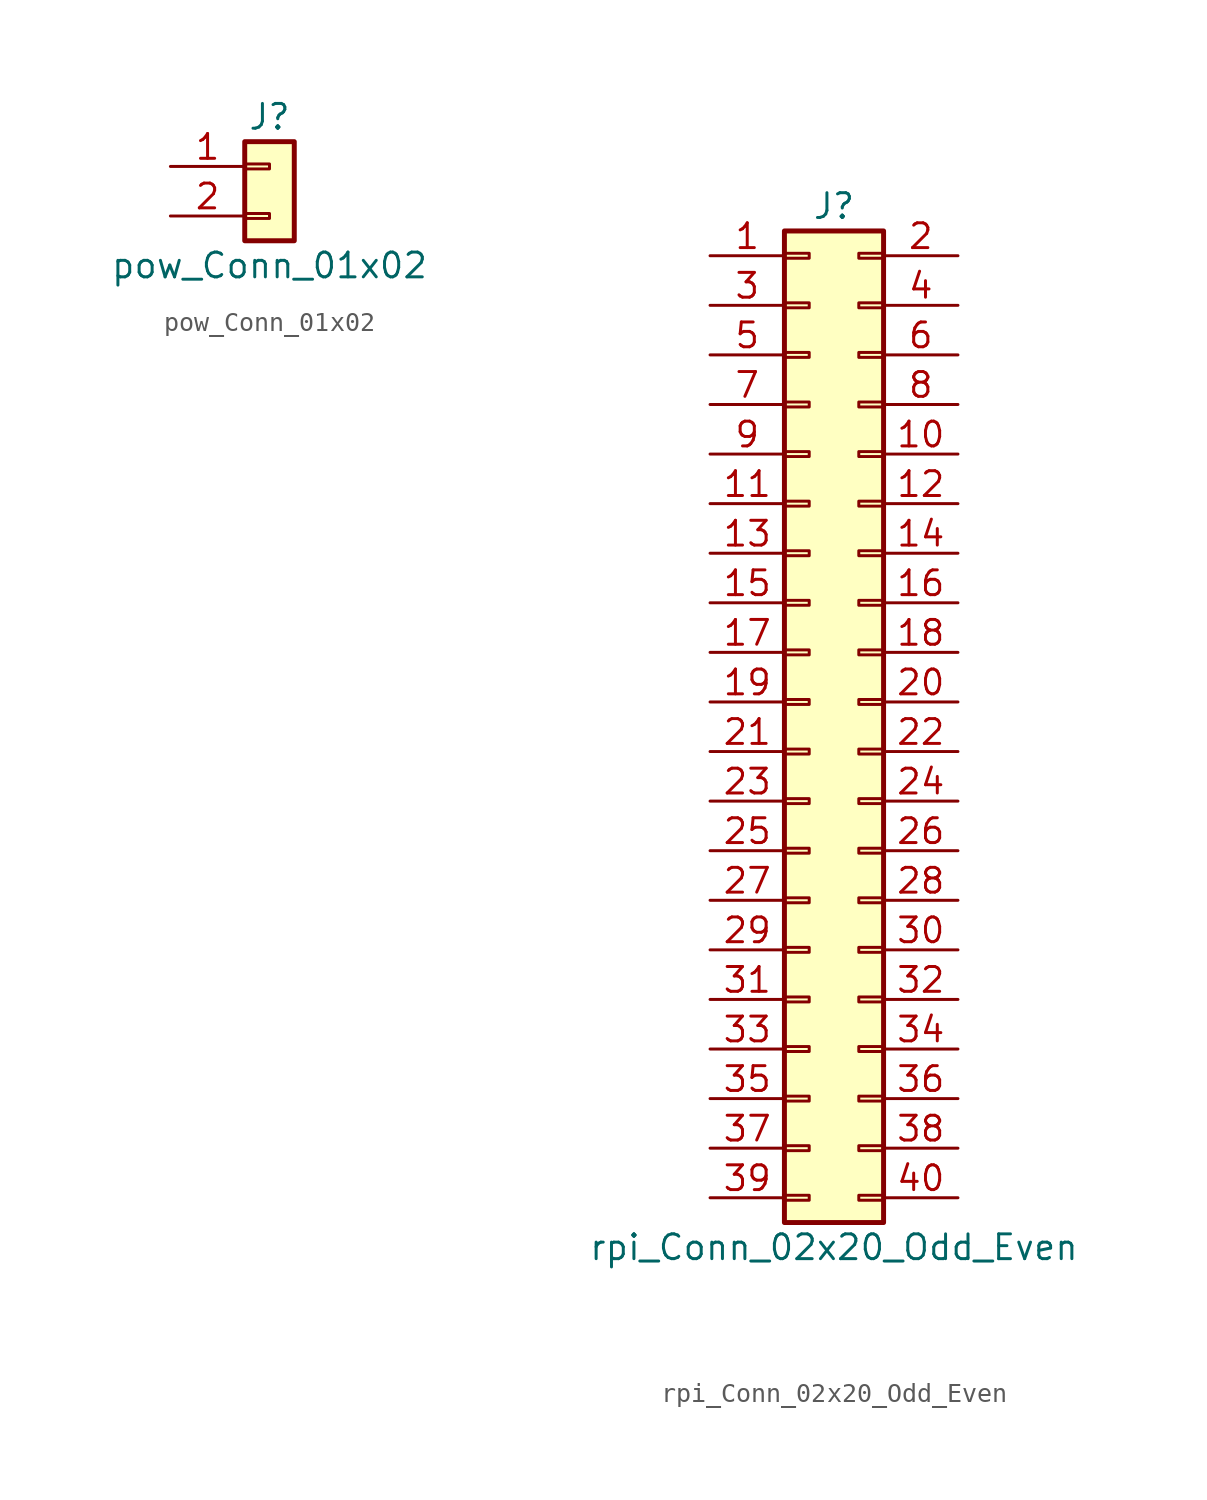
<source format=kicad_sym>
(kicad_symbol_lib
  (version 20231120)
  (generator "kicad_symbol_editor")
  (generator_version "8.0")
  (symbol "pow_Conn_01x02"
    (pin_names
      (offset 1.016) hide)
    (property "Reference" "J"
      (at 0 2.54 0)
      (effects (font (size 1.27 1.27))))
    (property "Value" "pow_Conn_01x02"
      (at 0 -5.08 0)
      (effects (font (size 1.27 1.27))))
    (symbol "pow_Conn_01x02_1_1"
      (rectangle (start -1.27 -2.413) (end 0 -2.667) (stroke (width 0.152) (type default)) (fill (type none)))
      (rectangle (start -1.27 0.127) (end 0 -0.127) (stroke (width 0.152) (type default)) (fill (type none)))
      (rectangle (start -1.27 1.27) (end 1.27 -3.81) (stroke (width 0.254) (type default)) (fill (type background)))
      (pin power_out line (at -5.08 0 0) (length 3.81) (name "Pin_1" (effects (font (size 1.27 1.27)))) (number "1" (effects (font (size 1.27 1.27)))))
      (pin power_out line (at -5.08 -2.54 0) (length 3.81) (name "Pin_2" (effects (font (size 1.27 1.27)))) (number "2" (effects (font (size 1.27 1.27)))))))
  (symbol "rpi_Conn_02x20_Odd_Even"
    (pin_names
      (offset 1.016) hide)
    (property "Reference" "J"
      (at 1.27 25.4 0)
      (effects (font (size 1.27 1.27))))
    (property "Value" "rpi_Conn_02x20_Odd_Even"
      (at 1.27 -27.94 0)
      (effects (font (size 1.27 1.27))))
    (symbol "rpi_Conn_02x20_Odd_Even_1_1"
      (rectangle (start -1.27 -25.273) (end 0 -25.527) (stroke (width 0.152) (type default)) (fill (type none)))
      (rectangle (start -1.27 -22.733) (end 0 -22.987) (stroke (width 0.152) (type default)) (fill (type none)))
      (rectangle (start -1.27 -20.193) (end 0 -20.447) (stroke (width 0.152) (type default)) (fill (type none)))
      (rectangle (start -1.27 -17.653) (end 0 -17.907) (stroke (width 0.152) (type default)) (fill (type none)))
      (rectangle (start -1.27 -15.113) (end 0 -15.367) (stroke (width 0.152) (type default)) (fill (type none)))
      (rectangle (start -1.27 -12.573) (end 0 -12.827) (stroke (width 0.152) (type default)) (fill (type none)))
      (rectangle (start -1.27 -10.033) (end 0 -10.287) (stroke (width 0.152) (type default)) (fill (type none)))
      (rectangle (start -1.27 -7.493) (end 0 -7.747) (stroke (width 0.152) (type default)) (fill (type none)))
      (rectangle (start -1.27 -4.953) (end 0 -5.207) (stroke (width 0.152) (type default)) (fill (type none)))
      (rectangle (start -1.27 -2.413) (end 0 -2.667) (stroke (width 0.152) (type default)) (fill (type none)))
      (rectangle (start -1.27 0.127) (end 0 -0.127) (stroke (width 0.152) (type default)) (fill (type none)))
      (rectangle (start -1.27 2.667) (end 0 2.413) (stroke (width 0.152) (type default)) (fill (type none)))
      (rectangle (start -1.27 5.207) (end 0 4.953) (stroke (width 0.152) (type default)) (fill (type none)))
      (rectangle (start -1.27 7.747) (end 0 7.493) (stroke (width 0.152) (type default)) (fill (type none)))
      (rectangle (start -1.27 10.287) (end 0 10.033) (stroke (width 0.152) (type default)) (fill (type none)))
      (rectangle (start -1.27 12.827) (end 0 12.573) (stroke (width 0.152) (type default)) (fill (type none)))
      (rectangle (start -1.27 15.367) (end 0 15.113) (stroke (width 0.152) (type default)) (fill (type none)))
      (rectangle (start -1.27 17.907) (end 0 17.653) (stroke (width 0.152) (type default)) (fill (type none)))
      (rectangle (start -1.27 20.447) (end 0 20.193) (stroke (width 0.152) (type default)) (fill (type none)))
      (rectangle (start -1.27 22.987) (end 0 22.733) (stroke (width 0.152) (type default)) (fill (type none)))
      (rectangle (start -1.27 24.13) (end 3.81 -26.67) (stroke (width 0.254) (type default)) (fill (type background)))
      (rectangle (start 3.81 -25.273) (end 2.54 -25.527) (stroke (width 0.152) (type default)) (fill (type none)))
      (rectangle (start 3.81 -22.733) (end 2.54 -22.987) (stroke (width 0.152) (type default)) (fill (type none)))
      (rectangle (start 3.81 -20.193) (end 2.54 -20.447) (stroke (width 0.152) (type default)) (fill (type none)))
      (rectangle (start 3.81 -17.653) (end 2.54 -17.907) (stroke (width 0.152) (type default)) (fill (type none)))
      (rectangle (start 3.81 -15.113) (end 2.54 -15.367) (stroke (width 0.152) (type default)) (fill (type none)))
      (rectangle (start 3.81 -12.573) (end 2.54 -12.827) (stroke (width 0.152) (type default)) (fill (type none)))
      (rectangle (start 3.81 -10.033) (end 2.54 -10.287) (stroke (width 0.152) (type default)) (fill (type none)))
      (rectangle (start 3.81 -7.493) (end 2.54 -7.747) (stroke (width 0.152) (type default)) (fill (type none)))
      (rectangle (start 3.81 -4.953) (end 2.54 -5.207) (stroke (width 0.152) (type default)) (fill (type none)))
      (rectangle (start 3.81 -2.413) (end 2.54 -2.667) (stroke (width 0.152) (type default)) (fill (type none)))
      (rectangle (start 3.81 0.127) (end 2.54 -0.127) (stroke (width 0.152) (type default)) (fill (type none)))
      (rectangle (start 3.81 2.667) (end 2.54 2.413) (stroke (width 0.152) (type default)) (fill (type none)))
      (rectangle (start 3.81 5.207) (end 2.54 4.953) (stroke (width 0.152) (type default)) (fill (type none)))
      (rectangle (start 3.81 7.747) (end 2.54 7.493) (stroke (width 0.152) (type default)) (fill (type none)))
      (rectangle (start 3.81 10.287) (end 2.54 10.033) (stroke (width 0.152) (type default)) (fill (type none)))
      (rectangle (start 3.81 12.827) (end 2.54 12.573) (stroke (width 0.152) (type default)) (fill (type none)))
      (rectangle (start 3.81 15.367) (end 2.54 15.113) (stroke (width 0.152) (type default)) (fill (type none)))
      (rectangle (start 3.81 17.907) (end 2.54 17.653) (stroke (width 0.152) (type default)) (fill (type none)))
      (rectangle (start 3.81 20.447) (end 2.54 20.193) (stroke (width 0.152) (type default)) (fill (type none)))
      (rectangle (start 3.81 22.987) (end 2.54 22.733) (stroke (width 0.152) (type default)) (fill (type none)))
      (pin passive line (at -5.08 22.86 0) (length 3.81) (name "Pin_1" (effects (font (size 1.27 1.27)))) (number "1" (effects (font (size 1.27 1.27)))))
      (pin passive line (at 7.62 12.7 180) (length 3.81) (name "Pin_10" (effects (font (size 1.27 1.27)))) (number "10" (effects (font (size 1.27 1.27)))))
      (pin passive line (at -5.08 10.16 0) (length 3.81) (name "Pin_11" (effects (font (size 1.27 1.27)))) (number "11" (effects (font (size 1.27 1.27)))))
      (pin passive line (at 7.62 10.16 180) (length 3.81) (name "Pin_12" (effects (font (size 1.27 1.27)))) (number "12" (effects (font (size 1.27 1.27)))))
      (pin passive line (at -5.08 7.62 0) (length 3.81) (name "Pin_13" (effects (font (size 1.27 1.27)))) (number "13" (effects (font (size 1.27 1.27)))))
      (pin passive line (at 7.62 7.62 180) (length 3.81) (name "Pin_14" (effects (font (size 1.27 1.27)))) (number "14" (effects (font (size 1.27 1.27)))))
      (pin passive line (at -5.08 5.08 0) (length 3.81) (name "Pin_15" (effects (font (size 1.27 1.27)))) (number "15" (effects (font (size 1.27 1.27)))))
      (pin passive line (at 7.62 5.08 180) (length 3.81) (name "Pin_16" (effects (font (size 1.27 1.27)))) (number "16" (effects (font (size 1.27 1.27)))))
      (pin passive line (at -5.08 2.54 0) (length 3.81) (name "Pin_17" (effects (font (size 1.27 1.27)))) (number "17" (effects (font (size 1.27 1.27)))))
      (pin passive line (at 7.62 2.54 180) (length 3.81) (name "Pin_18" (effects (font (size 1.27 1.27)))) (number "18" (effects (font (size 1.27 1.27)))))
      (pin passive line (at -5.08 0 0) (length 3.81) (name "Pin_19" (effects (font (size 1.27 1.27)))) (number "19" (effects (font (size 1.27 1.27)))))
      (pin passive line (at 7.62 22.86 180) (length 3.81) (name "Pin_2" (effects (font (size 1.27 1.27)))) (number "2" (effects (font (size 1.27 1.27)))))
      (pin passive line (at 7.62 0 180) (length 3.81) (name "Pin_20" (effects (font (size 1.27 1.27)))) (number "20" (effects (font (size 1.27 1.27)))))
      (pin passive line (at -5.08 -2.54 0) (length 3.81) (name "Pin_21" (effects (font (size 1.27 1.27)))) (number "21" (effects (font (size 1.27 1.27)))))
      (pin passive line (at 7.62 -2.54 180) (length 3.81) (name "Pin_22" (effects (font (size 1.27 1.27)))) (number "22" (effects (font (size 1.27 1.27)))))
      (pin passive line (at -5.08 -5.08 0) (length 3.81) (name "Pin_23" (effects (font (size 1.27 1.27)))) (number "23" (effects (font (size 1.27 1.27)))))
      (pin passive line (at 7.62 -5.08 180) (length 3.81) (name "Pin_24" (effects (font (size 1.27 1.27)))) (number "24" (effects (font (size 1.27 1.27)))))
      (pin passive line (at -5.08 -7.62 0) (length 3.81) (name "Pin_25" (effects (font (size 1.27 1.27)))) (number "25" (effects (font (size 1.27 1.27)))))
      (pin passive line (at 7.62 -7.62 180) (length 3.81) (name "Pin_26" (effects (font (size 1.27 1.27)))) (number "26" (effects (font (size 1.27 1.27)))))
      (pin passive line (at -5.08 -10.16 0) (length 3.81) (name "Pin_27" (effects (font (size 1.27 1.27)))) (number "27" (effects (font (size 1.27 1.27)))))
      (pin passive line (at 7.62 -10.16 180) (length 3.81) (name "Pin_28" (effects (font (size 1.27 1.27)))) (number "28" (effects (font (size 1.27 1.27)))))
      (pin passive line (at -5.08 -12.7 0) (length 3.81) (name "Pin_29" (effects (font (size 1.27 1.27)))) (number "29" (effects (font (size 1.27 1.27)))))
      (pin passive line (at -5.08 20.32 0) (length 3.81) (name "Pin_3" (effects (font (size 1.27 1.27)))) (number "3" (effects (font (size 1.27 1.27)))))
      (pin passive line (at 7.62 -12.7 180) (length 3.81) (name "Pin_30" (effects (font (size 1.27 1.27)))) (number "30" (effects (font (size 1.27 1.27)))))
      (pin passive line (at -5.08 -15.24 0) (length 3.81) (name "Pin_31" (effects (font (size 1.27 1.27)))) (number "31" (effects (font (size 1.27 1.27)))))
      (pin passive line (at 7.62 -15.24 180) (length 3.81) (name "Pin_32" (effects (font (size 1.27 1.27)))) (number "32" (effects (font (size 1.27 1.27)))))
      (pin passive line (at -5.08 -17.78 0) (length 3.81) (name "Pin_33" (effects (font (size 1.27 1.27)))) (number "33" (effects (font (size 1.27 1.27)))))
      (pin passive line (at 7.62 -17.78 180) (length 3.81) (name "Pin_34" (effects (font (size 1.27 1.27)))) (number "34" (effects (font (size 1.27 1.27)))))
      (pin passive line (at -5.08 -20.32 0) (length 3.81) (name "Pin_35" (effects (font (size 1.27 1.27)))) (number "35" (effects (font (size 1.27 1.27)))))
      (pin passive line (at 7.62 -20.32 180) (length 3.81) (name "Pin_36" (effects (font (size 1.27 1.27)))) (number "36" (effects (font (size 1.27 1.27)))))
      (pin passive line (at -5.08 -22.86 0) (length 3.81) (name "Pin_37" (effects (font (size 1.27 1.27)))) (number "37" (effects (font (size 1.27 1.27)))))
      (pin passive line (at 7.62 -22.86 180) (length 3.81) (name "Pin_38" (effects (font (size 1.27 1.27)))) (number "38" (effects (font (size 1.27 1.27)))))
      (pin passive line (at -5.08 -25.4 0) (length 3.81) (name "Pin_39" (effects (font (size 1.27 1.27)))) (number "39" (effects (font (size 1.27 1.27)))))
      (pin passive line (at 7.62 20.32 180) (length 3.81) (name "Pin_4" (effects (font (size 1.27 1.27)))) (number "4" (effects (font (size 1.27 1.27)))))
      (pin passive line (at 7.62 -25.4 180) (length 3.81) (name "Pin_40" (effects (font (size 1.27 1.27)))) (number "40" (effects (font (size 1.27 1.27)))))
      (pin passive line (at -5.08 17.78 0) (length 3.81) (name "Pin_5" (effects (font (size 1.27 1.27)))) (number "5" (effects (font (size 1.27 1.27)))))
      (pin passive line (at 7.62 17.78 180) (length 3.81) (name "Pin_6" (effects (font (size 1.27 1.27)))) (number "6" (effects (font (size 1.27 1.27)))))
      (pin passive line (at -5.08 15.24 0) (length 3.81) (name "Pin_7" (effects (font (size 1.27 1.27)))) (number "7" (effects (font (size 1.27 1.27)))))
      (pin passive line (at 7.62 15.24 180) (length 3.81) (name "Pin_8" (effects (font (size 1.27 1.27)))) (number "8" (effects (font (size 1.27 1.27)))))
      (pin passive line (at -5.08 12.7 0) (length 3.81) (name "Pin_9" (effects (font (size 1.27 1.27)))) (number "9" (effects (font (size 1.27 1.27))))))))
</source>
